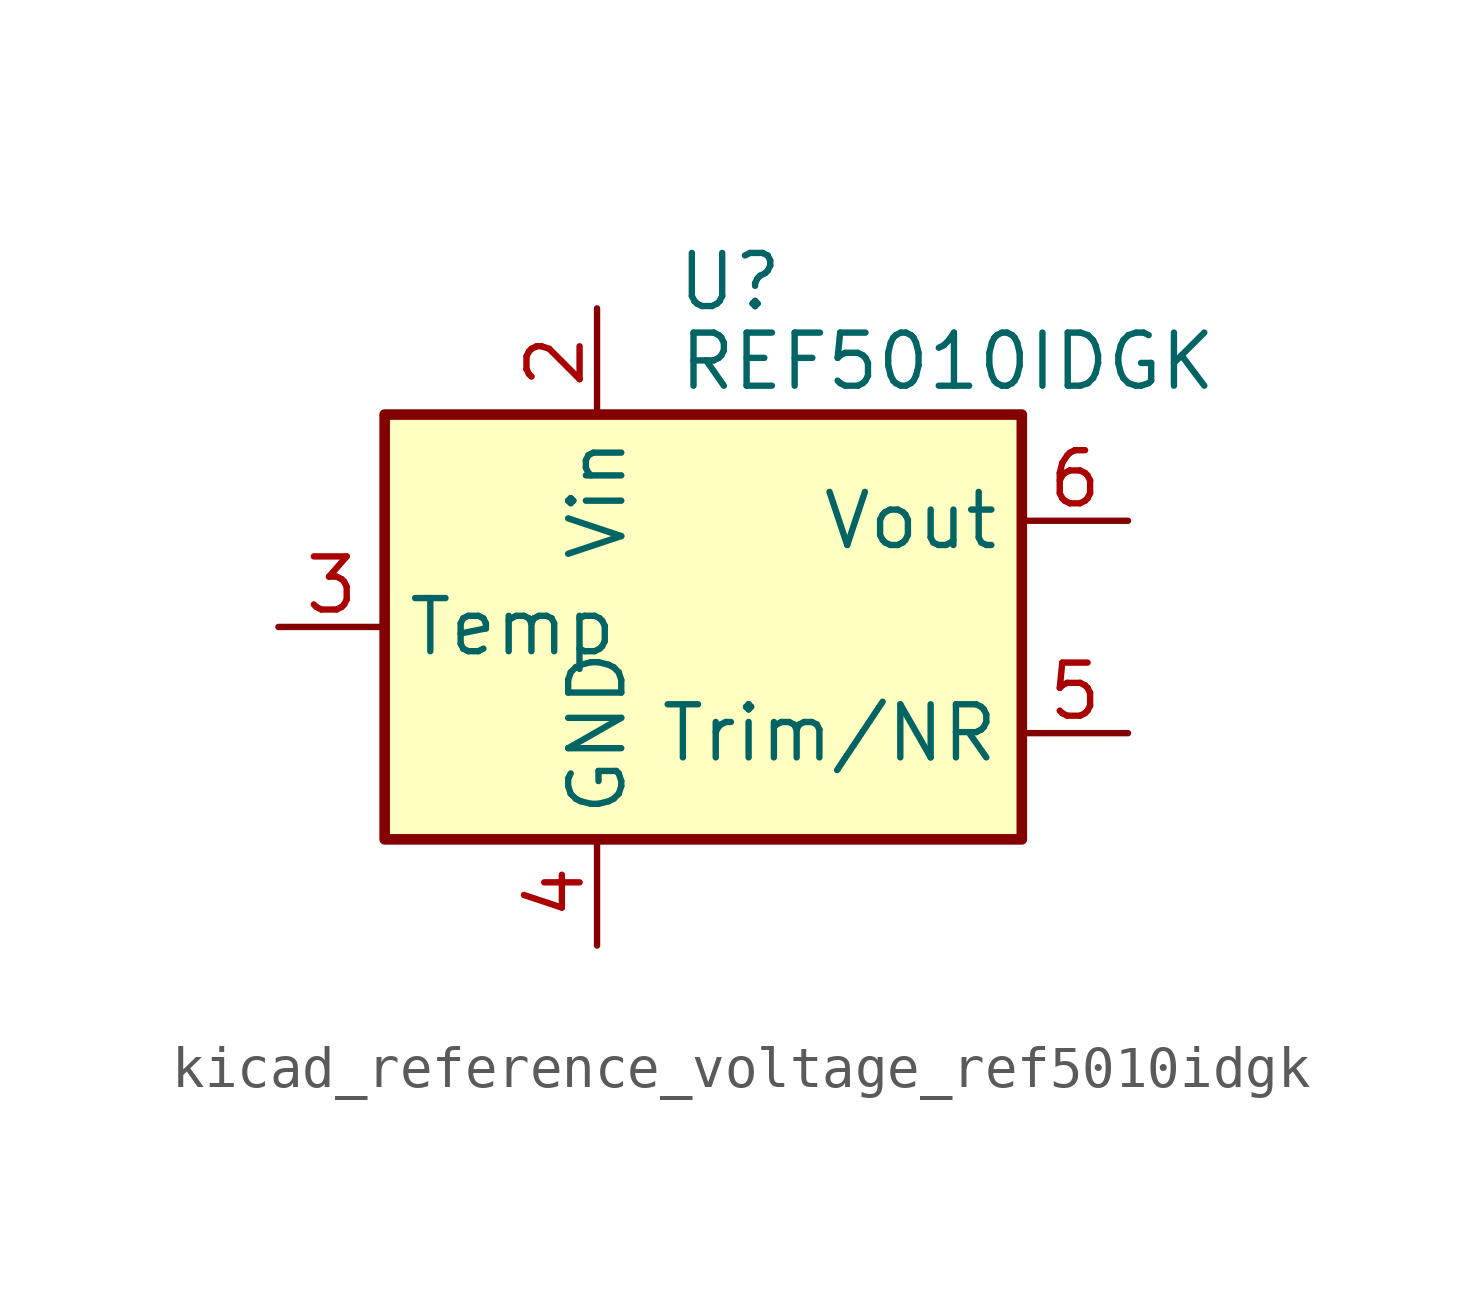
<source format=kicad_sym>
(kicad_symbol_lib
  (version 20220914)
  (generator kicad_symbol_editor)
  (symbol "kicad_reference_voltage_ref5010idgk"
    (property "Reference" "U"
      (at 0.635 8.255 0)
      (effects (font (size 1.27 1.27))))
    (property "Value" "REF5010IDGK"
      (at -0.635 6.35 0)
      (effects (font (size 1.27 1.27)) (justify left)))
    (symbol "kicad_reference_voltage_ref5010idgk_0_1"
      (rectangle (start -7.62 5.08) (end 7.62 -5.08) (stroke (width 0.254) (type default)) (fill (type background))))
    (symbol "kicad_reference_voltage_ref5010idgk_1_1"
      (pin no_connect line (at -7.62 2.54 0) (length 2.54) hide (name "DNC" (effects (font (size 1.27 1.27)))) (number "1" (effects (font (size 1.27 1.27)))))
      (pin power_in line (at -2.54 7.62 270) (length 2.54) (name "Vin" (effects (font (size 1.27 1.27)))) (number "2" (effects (font (size 1.27 1.27)))))
      (pin passive line (at -10.16 0 0) (length 2.54) (name "Temp" (effects (font (size 1.27 1.27)))) (number "3" (effects (font (size 1.27 1.27)))))
      (pin power_in line (at -2.54 -7.62 90) (length 2.54) (name "GND" (effects (font (size 1.27 1.27)))) (number "4" (effects (font (size 1.27 1.27)))))
      (pin passive line (at 10.16 -2.54 180) (length 2.54) (name "Trim/NR" (effects (font (size 1.27 1.27)))) (number "5" (effects (font (size 1.27 1.27)))))
      (pin power_out line (at 10.16 2.54 180) (length 2.54) (name "Vout" (effects (font (size 1.27 1.27)))) (number "6" (effects (font (size 1.27 1.27)))))
      (pin no_connect line (at -5.08 -5.08 90) (length 2.54) hide (name "NC" (effects (font (size 1.27 1.27)))) (number "7" (effects (font (size 1.27 1.27)))))
      (pin no_connect line (at 7.62 0 180) (length 2.54) hide (name "DNC" (effects (font (size 1.27 1.27)))) (number "8" (effects (font (size 1.27 1.27))))))))
</source>
